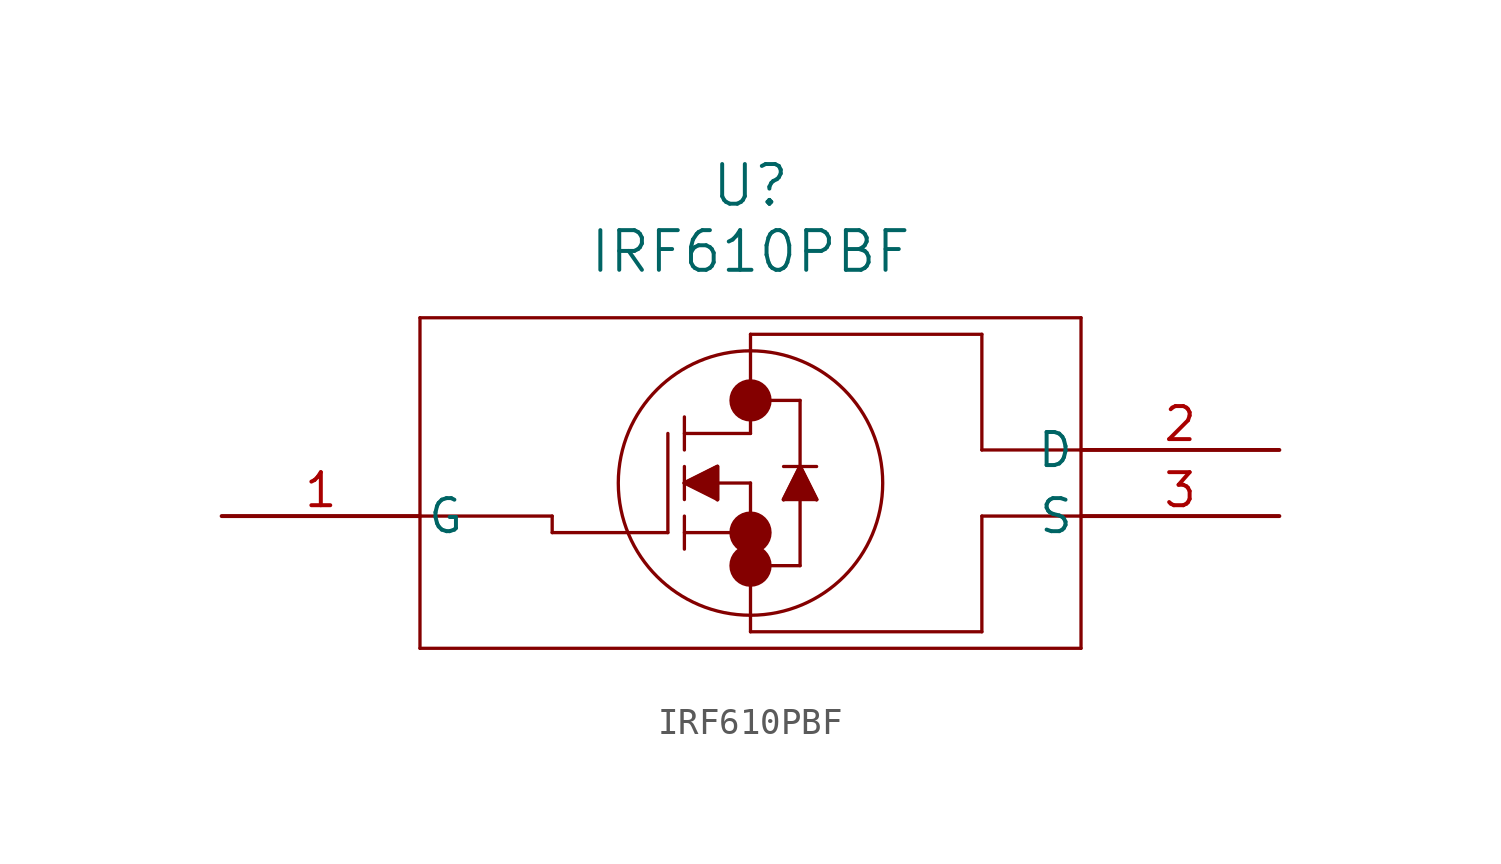
<source format=kicad_sym>
(kicad_symbol_lib
  (version 20211014)
  (generator kicad_symbol_editor)
  (symbol "IRF610PBF"
    (pin_names
      (offset 0.254))
    (property "Reference" "U"
      (at 20.32 12.7 0)
      (effects (font (size 1.524 1.524))))
    (property "Value" "IRF610PBF"
      (at 20.32 10.16 0)
      (effects (font (size 1.524 1.524))))
    (symbol "IRF610PBF_0_1"
      (polyline (pts (xy 7.62 7.62) (xy 7.62 -5.08)) (stroke (width 0.127) (type default) (color 0 0 0 0)) (fill (type none)))
      (polyline (pts (xy 7.62 -5.08) (xy 33.02 -5.08)) (stroke (width 0.127) (type default) (color 0 0 0 0)) (fill (type none)))
      (polyline (pts (xy 33.02 -5.08) (xy 33.02 7.62)) (stroke (width 0.127) (type default) (color 0 0 0 0)) (fill (type none)))
      (polyline (pts (xy 33.02 7.62) (xy 7.62 7.62)) (stroke (width 0.127) (type default) (color 0 0 0 0)) (fill (type none)))
      (circle (center 20.32 1.27) (radius 5.08) (stroke (width 0.127) (type default) (color 0 0 0 0)) (fill (type none)))
      (polyline (pts (xy 20.32 1.27) (xy 17.78 1.27)) (stroke (width 0.127) (type default) (color 0 0 0 0)) (fill (type none)))
      (polyline (pts (xy 17.78 1.905) (xy 17.78 0.635)) (stroke (width 0.127) (type default) (color 0 0 0 0)) (fill (type none)))
      (polyline (pts (xy 17.78 0) (xy 17.78 -1.27)) (stroke (width 0.127) (type default) (color 0 0 0 0)) (fill (type none)))
      (polyline (pts (xy 17.78 2.54) (xy 17.78 3.81)) (stroke (width 0.127) (type default) (color 0 0 0 0)) (fill (type none)))
      (polyline (pts (xy 17.78 3.175) (xy 20.32 3.175)) (stroke (width 0.127) (type default) (color 0 0 0 0)) (fill (type none)))
      (polyline (pts (xy 17.78 -0.635) (xy 20.32 -0.635)) (stroke (width 0.127) (type default) (color 0 0 0 0)) (fill (type none)))
      (polyline (pts (xy 20.32 1.27) (xy 20.32 -4.445)) (stroke (width 0.127) (type default) (color 0 0 0 0)) (fill (type none)))
      (polyline (pts (xy 20.32 -4.445) (xy 29.21 -4.445)) (stroke (width 0.127) (type default) (color 0 0 0 0)) (fill (type none)))
      (polyline (pts (xy 29.21 -4.445) (xy 29.21 0)) (stroke (width 0.127) (type default) (color 0 0 0 0)) (fill (type none)))
      (polyline (pts (xy 29.21 0) (xy 33.02 0)) (stroke (width 0.127) (type default) (color 0 0 0 0)) (fill (type none)))
      (polyline (pts (xy 20.32 3.175) (xy 20.32 6.985)) (stroke (width 0.127) (type default) (color 0 0 0 0)) (fill (type none)))
      (polyline (pts (xy 20.32 6.985) (xy 29.21 6.985)) (stroke (width 0.127) (type default) (color 0 0 0 0)) (fill (type none)))
      (polyline (pts (xy 29.21 6.985) (xy 29.21 2.54)) (stroke (width 0.127) (type default) (color 0 0 0 0)) (fill (type none)))
      (polyline (pts (xy 29.21 2.54) (xy 33.02 2.54)) (stroke (width 0.127) (type default) (color 0 0 0 0)) (fill (type none)))
      (polyline (pts (xy 17.145 3.175) (xy 17.145 -0.635)) (stroke (width 0.127) (type default) (color 0 0 0 0)) (fill (type none)))
      (polyline (pts (xy 17.145 -0.635) (xy 12.7 -0.635)) (stroke (width 0.127) (type default) (color 0 0 0 0)) (fill (type none)))
      (polyline (pts (xy 12.7 -0.635) (xy 12.7 0)) (stroke (width 0.127) (type default) (color 0 0 0 0)) (fill (type none)))
      (polyline (pts (xy 12.7 0) (xy 7.62 0)) (stroke (width 0.127) (type default) (color 0 0 0 0)) (fill (type none)))
      (polyline (pts (xy 17.78 1.27) (xy 19.05 1.905)) (stroke (width 0.127) (type default) (color 0 0 0 0)) (fill (type none)))
      (polyline (pts (xy 17.78 1.27) (xy 19.05 0.635)) (stroke (width 0.127) (type default) (color 0 0 0 0)) (fill (type none)))
      (polyline (pts (xy 19.05 1.905) (xy 19.05 0.635)) (stroke (width 0.127) (type default) (color 0 0 0 0)) (fill (type none)))
      (polyline (pts (xy 20.32 4.445) (xy 22.225 4.445)) (stroke (width 0.127) (type default) (color 0 0 0 0)) (fill (type none)))
      (polyline (pts (xy 20.32 -1.905) (xy 22.225 -1.905)) (stroke (width 0.127) (type default) (color 0 0 0 0)) (fill (type none)))
      (polyline (pts (xy 22.225 -1.905) (xy 22.225 4.445)) (stroke (width 0.127) (type default) (color 0 0 0 0)) (fill (type none)))
      (polyline (pts (xy 21.59 1.905) (xy 22.86 1.905)) (stroke (width 0.127) (type default) (color 0 0 0 0)) (fill (type none)))
      (polyline (pts (xy 22.225 1.905) (xy 21.59 0.635)) (stroke (width 0.127) (type default) (color 0 0 0 0)) (fill (type none)))
      (polyline (pts (xy 22.225 1.905) (xy 22.86 0.635)) (stroke (width 0.127) (type default) (color 0 0 0 0)) (fill (type none)))
      (polyline (pts (xy 21.59 0.635) (xy 22.86 0.635)) (stroke (width 0.127) (type default) (color 0 0 0 0)) (fill (type none)))
      (polyline (pts (xy 17.78 1.27) (xy 19.05 1.905) (xy 19.05 0.635)) (stroke (width 0) (type default) (color 0 0 0 0)) (fill (type outline)))
      (polyline (pts (xy 21.59 0.635) (xy 22.225 1.905) (xy 22.86 0.635)) (stroke (width 0) (type default) (color 0 0 0 0)) (fill (type outline)))
      (circle (center 20.32 4.445) (radius 0.051) (stroke (width 0.762) (type default) (color 0 0 0 0)) (fill (type none)))
      (circle (center 20.32 -0.635) (radius 0.051) (stroke (width 0.762) (type default) (color 0 0 0 0)) (fill (type none)))
      (circle (center 20.32 -1.905) (radius 0.051) (stroke (width 0.762) (type default) (color 0 0 0 0)) (fill (type none)))
      (pin unspecified line (at 0 0 0) (length 7.62) (name "G" (effects (font (size 1.27 1.27)))) (number "1" (effects (font (size 1.27 1.27)))))
      (pin unspecified line (at 40.64 2.54 180) (length 7.62) (name "D" (effects (font (size 1.27 1.27)))) (number "2" (effects (font (size 1.27 1.27)))))
      (pin unspecified line (at 40.64 0 180) (length 7.62) (name "S" (effects (font (size 1.27 1.27)))) (number "3" (effects (font (size 1.27 1.27))))))))
</source>
